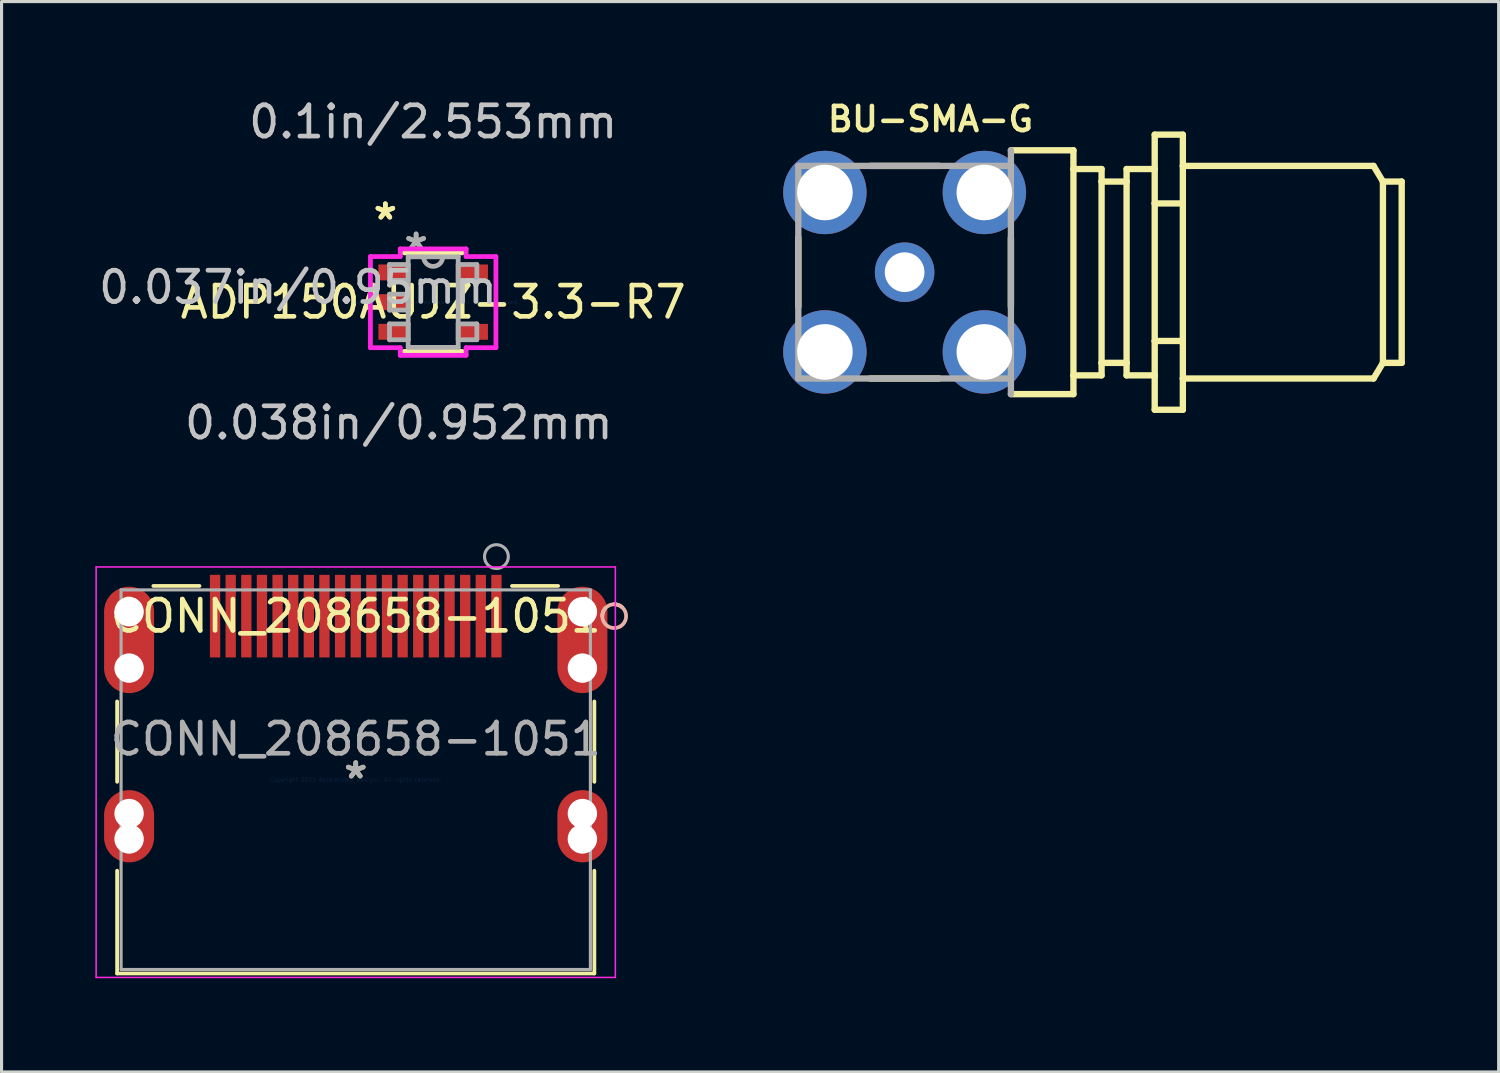
<source format=kicad_pcb>
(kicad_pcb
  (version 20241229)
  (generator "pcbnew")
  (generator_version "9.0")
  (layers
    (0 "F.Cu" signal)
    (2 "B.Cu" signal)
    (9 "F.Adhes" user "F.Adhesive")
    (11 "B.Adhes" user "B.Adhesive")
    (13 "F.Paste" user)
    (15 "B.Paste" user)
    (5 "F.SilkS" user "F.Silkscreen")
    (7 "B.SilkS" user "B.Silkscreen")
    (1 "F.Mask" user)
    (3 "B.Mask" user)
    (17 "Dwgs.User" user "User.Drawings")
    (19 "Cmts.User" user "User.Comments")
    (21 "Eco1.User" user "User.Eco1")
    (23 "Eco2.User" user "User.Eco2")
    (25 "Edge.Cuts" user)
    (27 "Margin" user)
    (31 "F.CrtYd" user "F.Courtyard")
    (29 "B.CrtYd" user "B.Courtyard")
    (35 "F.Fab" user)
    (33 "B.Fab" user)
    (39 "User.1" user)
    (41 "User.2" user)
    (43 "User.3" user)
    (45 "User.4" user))
  (footprint "ADP150AUJZ-3.3-R7"
    (layer "F.Cu")
    (at 10.806 6.614)
    (property "Reference" "ADP150AUJZ-3.3-R7" (at 0 0 0) (layer "F.SilkS") (effects (font (size 1 1) (thickness 0.15))))
    (attr through_hole)
    (fp_line (start -0.927 1.575) (end 0.927 1.575) (stroke (width 0.152) (type solid)) (layer "F.SilkS"))
    (fp_line (start 0.927 -1.575) (end -0.927 -1.575) (stroke (width 0.152) (type solid)) (layer "F.SilkS"))
    (fp_line (start 0.927 0.363) (end 0.927 -0.363) (stroke (width 0.152) (type solid)) (layer "F.SilkS"))
    (fp_line (start -2.007 -1.458) (end -1.054 -1.458) (stroke (width 0.152) (type solid)) (layer "F.CrtYd"))
    (fp_line (start -2.007 1.458) (end -2.007 -1.458) (stroke (width 0.152) (type solid)) (layer "F.CrtYd"))
    (fp_line (start -1.054 -1.702) (end 1.054 -1.702) (stroke (width 0.152) (type solid)) (layer "F.CrtYd"))
    (fp_line (start -1.054 -1.458) (end -1.054 -1.702) (stroke (width 0.152) (type solid)) (layer "F.CrtYd"))
    (fp_line (start -1.054 1.458) (end -2.007 1.458) (stroke (width 0.152) (type solid)) (layer "F.CrtYd"))
    (fp_line (start -1.054 1.702) (end -1.054 1.458) (stroke (width 0.152) (type solid)) (layer "F.CrtYd"))
    (fp_line (start 1.054 -1.702) (end 1.054 -1.458) (stroke (width 0.152) (type solid)) (layer "F.CrtYd"))
    (fp_line (start 1.054 -1.458) (end 2.007 -1.458) (stroke (width 0.152) (type solid)) (layer "F.CrtYd"))
    (fp_line (start 1.054 1.458) (end 1.054 1.702) (stroke (width 0.152) (type solid)) (layer "F.CrtYd"))
    (fp_line (start 1.054 1.702) (end -1.054 1.702) (stroke (width 0.152) (type solid)) (layer "F.CrtYd"))
    (fp_line (start 2.007 -1.458) (end 2.007 1.458) (stroke (width 0.152) (type solid)) (layer "F.CrtYd"))
    (fp_line (start 2.007 1.458) (end 1.054 1.458) (stroke (width 0.152) (type solid)) (layer "F.CrtYd"))
    (fp_line (start -1.397 -1.204) (end -1.397 -0.696) (stroke (width 0.152) (type solid)) (layer "F.Fab"))
    (fp_line (start -1.397 -0.696) (end -0.8 -0.696) (stroke (width 0.152) (type solid)) (layer "F.Fab"))
    (fp_line (start -1.397 -0.254) (end -1.397 0.254) (stroke (width 0.152) (type solid)) (layer "F.Fab"))
    (fp_line (start -1.397 0.254) (end -0.8 0.254) (stroke (width 0.152) (type solid)) (layer "F.Fab"))
    (fp_line (start -1.397 0.696) (end -1.397 1.204) (stroke (width 0.152) (type solid)) (layer "F.Fab"))
    (fp_line (start -1.397 1.204) (end -0.8 1.204) (stroke (width 0.152) (type solid)) (layer "F.Fab"))
    (fp_line (start -0.8 -1.448) (end -0.8 1.448) (stroke (width 0.152) (type solid)) (layer "F.Fab"))
    (fp_line (start -0.8 -1.204) (end -1.397 -1.204) (stroke (width 0.152) (type solid)) (layer "F.Fab"))
    (fp_line (start -0.8 -0.696) (end -0.8 -1.204) (stroke (width 0.152) (type solid)) (layer "F.Fab"))
    (fp_line (start -0.8 -0.254) (end -1.397 -0.254) (stroke (width 0.152) (type solid)) (layer "F.Fab"))
    (fp_line (start -0.8 0.254) (end -0.8 -0.254) (stroke (width 0.152) (type solid)) (layer "F.Fab"))
    (fp_line (start -0.8 0.696) (end -1.397 0.696) (stroke (width 0.152) (type solid)) (layer "F.Fab"))
    (fp_line (start -0.8 1.204) (end -0.8 0.696) (stroke (width 0.152) (type solid)) (layer "F.Fab"))
    (fp_line (start -0.8 1.448) (end 0.8 1.448) (stroke (width 0.152) (type solid)) (layer "F.Fab"))
    (fp_line (start 0.8 -1.448) (end -0.8 -1.448) (stroke (width 0.152) (type solid)) (layer "F.Fab"))
    (fp_line (start 0.8 -1.204) (end 0.8 -0.696) (stroke (width 0.152) (type solid)) (layer "F.Fab"))
    (fp_line (start 0.8 -0.696) (end 1.397 -0.696) (stroke (width 0.152) (type solid)) (layer "F.Fab"))
    (fp_line (start 0.8 0.696) (end 0.8 1.204) (stroke (width 0.152) (type solid)) (layer "F.Fab"))
    (fp_line (start 0.8 1.204) (end 1.397 1.204) (stroke (width 0.152) (type solid)) (layer "F.Fab"))
    (fp_line (start 0.8 1.448) (end 0.8 -1.448) (stroke (width 0.152) (type solid)) (layer "F.Fab"))
    (fp_line (start 1.397 -1.204) (end 0.8 -1.204) (stroke (width 0.152) (type solid)) (layer "F.Fab"))
    (fp_line (start 1.397 -0.696) (end 1.397 -1.204) (stroke (width 0.152) (type solid)) (layer "F.Fab"))
    (fp_line (start 1.397 0.696) (end 0.8 0.696) (stroke (width 0.152) (type solid)) (layer "F.Fab"))
    (fp_line (start 1.397 1.204) (end 1.397 0.696) (stroke (width 0.152) (type solid)) (layer "F.Fab"))
    (fp_arc (start 0.3048 -1.4478) (mid 0 -1.143) (end -0.3048 -1.4478) (stroke (width 0.1524) (type solid)) (layer "F.Fab"))
    (fp_text user "*" (at -1.53 -2.601 0) (layer "F.SilkS") (effects (font (size 1 1) (thickness 0.15))))
    (fp_text user "*" (at -1.53 -2.601 0) (layer "F.SilkS") (effects (font (size 1 1) (thickness 0.15))))
    (fp_text user "0.1in/2.553mm" (at 0 -5.766 0) (layer "Dwgs.User") (effects (font (size 1 1) (thickness 0.15))))
    (fp_text user "0.037in/0.95mm" (at -4.324 -0.475 0) (layer "Dwgs.User") (effects (font (size 1 1) (thickness 0.15))))
    (fp_text user "0.038in/0.952mm" (at -1.099 3.861 0) (layer "Dwgs.User") (effects (font (size 1 1) (thickness 0.15))))
    (fp_text user "Copyright 2016 Accelerated Designs. All rights reserved." (at 0 0 0) (layer "Cmts.User") (effects (font (size 0.127 0.127) (thickness 0.002))))
    (fp_text user "*" (at -0.546 -1.636 0) (layer "F.Fab") (effects (font (size 1 1) (thickness 0.15))))
    (fp_text user "*" (at -0.546 -1.636 0) (layer "F.Fab") (effects (font (size 1 1) (thickness 0.15))))
    (pad "1" smd rect (at -1.276 -0.95) (size 0.953 0.508) (layers "F.Cu" "F.Mask" "F.Paste"))
    (pad "2" smd rect (at -1.276 0) (size 0.953 0.508) (layers "F.Cu" "F.Mask" "F.Paste"))
    (pad "3" smd rect (at -1.276 0.95) (size 0.953 0.508) (layers "F.Cu" "F.Mask" "F.Paste"))
    (pad "4" smd rect (at 1.276 0.95) (size 0.953 0.508) (layers "F.Cu" "F.Mask" "F.Paste"))
    (pad "5" smd rect (at 1.276 -0.95) (size 0.953 0.508) (layers "F.Cu" "F.Mask" "F.Paste")))
  (footprint "BU-SMA-G"
    (layer "F.Cu")
    (at 25.886 5.657)
    (property "Reference" "BU-SMA-G" (at -2.54 -4.445 180) (layer "F.SilkS") (effects (font (size 0.772 0.772) (thickness 0.147)) (justify left bottom)))
    (attr through_hole)
    (fp_line (start -3.4 1.1) (end -3.4 -1.1) (stroke (width 0.203) (type solid)) (layer "F.SilkS"))
    (fp_line (start -1.1 -3.4) (end 1.1 -3.4) (stroke (width 0.203) (type solid)) (layer "F.SilkS"))
    (fp_line (start 1.1 3.4) (end -1.1 3.4) (stroke (width 0.203) (type solid)) (layer "F.SilkS"))
    (fp_line (start 3.4 -3.9) (end 5.4 -3.9) (stroke (width 0.203) (type solid)) (layer "F.SilkS"))
    (fp_line (start 3.4 -1.1) (end 3.4 1.1) (stroke (width 0.203) (type solid)) (layer "F.SilkS"))
    (fp_line (start 3.4 3.9) (end 5.4 3.9) (stroke (width 0.203) (type solid)) (layer "F.SilkS"))
    (fp_line (start 5.4 -3.3) (end 5.4 -3.9) (stroke (width 0.203) (type solid)) (layer "F.SilkS"))
    (fp_line (start 5.4 -3.3) (end 6.3 -3.3) (stroke (width 0.203) (type solid)) (layer "F.SilkS"))
    (fp_line (start 5.4 3.3) (end 5.4 -3.3) (stroke (width 0.203) (type solid)) (layer "F.SilkS"))
    (fp_line (start 5.4 3.3) (end 6.3 3.3) (stroke (width 0.203) (type solid)) (layer "F.SilkS"))
    (fp_line (start 5.4 3.9) (end 5.4 3.3) (stroke (width 0.203) (type solid)) (layer "F.SilkS"))
    (fp_line (start 6.3 -3.3) (end 6.3 -2.9) (stroke (width 0.203) (type solid)) (layer "F.SilkS"))
    (fp_line (start 6.3 -2.9) (end 6.3 2.9) (stroke (width 0.203) (type solid)) (layer "F.SilkS"))
    (fp_line (start 6.3 -2.9) (end 7.1 -2.9) (stroke (width 0.203) (type solid)) (layer "F.SilkS"))
    (fp_line (start 6.3 2.9) (end 7.1 2.9) (stroke (width 0.203) (type solid)) (layer "F.SilkS"))
    (fp_line (start 6.3 3.3) (end 6.3 2.9) (stroke (width 0.203) (type solid)) (layer "F.SilkS"))
    (fp_line (start 7.1 -3.3) (end 8 -3.3) (stroke (width 0.203) (type solid)) (layer "F.SilkS"))
    (fp_line (start 7.1 -2.9) (end 7.1 -3.3) (stroke (width 0.203) (type solid)) (layer "F.SilkS"))
    (fp_line (start 7.1 -2.9) (end 7.1 2.9) (stroke (width 0.203) (type solid)) (layer "F.SilkS"))
    (fp_line (start 7.1 2.9) (end 7.1 3.3) (stroke (width 0.203) (type solid)) (layer "F.SilkS"))
    (fp_line (start 7.1 3.3) (end 8 3.3) (stroke (width 0.203) (type solid)) (layer "F.SilkS"))
    (fp_line (start 8 -4.4) (end 8.9 -4.4) (stroke (width 0.203) (type solid)) (layer "F.SilkS"))
    (fp_line (start 8 -3.3) (end 8 -4.4) (stroke (width 0.203) (type solid)) (layer "F.SilkS"))
    (fp_line (start 8 -2.2) (end 8 -3.3) (stroke (width 0.203) (type solid)) (layer "F.SilkS"))
    (fp_line (start 8 -2.2) (end 8.9 -2.2) (stroke (width 0.203) (type solid)) (layer "F.SilkS"))
    (fp_line (start 8 2.2) (end 8 -2.2) (stroke (width 0.203) (type solid)) (layer "F.SilkS"))
    (fp_line (start 8 2.2) (end 8 3.3) (stroke (width 0.203) (type solid)) (layer "F.SilkS"))
    (fp_line (start 8 2.2) (end 8.9 2.2) (stroke (width 0.203) (type solid)) (layer "F.SilkS"))
    (fp_line (start 8 3.3) (end 8 4.4) (stroke (width 0.203) (type solid)) (layer "F.SilkS"))
    (fp_line (start 8.9 -3.4) (end 8.9 -4.4) (stroke (width 0.203) (type solid)) (layer "F.SilkS"))
    (fp_line (start 8.9 -3.4) (end 15 -3.4) (stroke (width 0.203) (type solid)) (layer "F.SilkS"))
    (fp_line (start 8.9 -2.2) (end 8.9 -3.4) (stroke (width 0.203) (type solid)) (layer "F.SilkS"))
    (fp_line (start 8.9 -2.2) (end 8.9 2.2) (stroke (width 0.203) (type solid)) (layer "F.SilkS"))
    (fp_line (start 8.9 3.4) (end 8.9 2.2) (stroke (width 0.203) (type solid)) (layer "F.SilkS"))
    (fp_line (start 8.9 3.4) (end 15 3.4) (stroke (width 0.203) (type solid)) (layer "F.SilkS"))
    (fp_line (start 8.9 4.4) (end 8 4.4) (stroke (width 0.203) (type solid)) (layer "F.SilkS"))
    (fp_line (start 8.9 4.4) (end 8.9 3.4) (stroke (width 0.203) (type solid)) (layer "F.SilkS"))
    (fp_line (start 15 -3.4) (end 15.3 -2.9) (stroke (width 0.203) (type solid)) (layer "F.SilkS"))
    (fp_line (start 15 3.4) (end 15.3 2.9) (stroke (width 0.203) (type solid)) (layer "F.SilkS"))
    (fp_line (start 15.3 -2.9) (end 15.9 -2.9) (stroke (width 0.203) (type solid)) (layer "F.SilkS"))
    (fp_line (start 15.3 2.9) (end 15.3 -2.9) (stroke (width 0.203) (type solid)) (layer "F.SilkS"))
    (fp_line (start 15.3 2.9) (end 15.9 2.9) (stroke (width 0.203) (type solid)) (layer "F.SilkS"))
    (fp_line (start 15.9 2.9) (end 15.9 -2.9) (stroke (width 0.203) (type solid)) (layer "F.SilkS"))
    (fp_line (start -3.4 -3.4) (end 3.4 -3.4) (stroke (width 0.203) (type solid)) (layer "F.Fab"))
    (fp_line (start -3.4 3.4) (end -3.4 -3.4) (stroke (width 0.203) (type solid)) (layer "F.Fab"))
    (fp_line (start 3.4 -3.9) (end 3.4 -3.4) (stroke (width 0.203) (type solid)) (layer "F.Fab"))
    (fp_line (start 3.4 -3.4) (end 3.4 3.4) (stroke (width 0.203) (type solid)) (layer "F.Fab"))
    (fp_line (start 3.4 3.4) (end -3.4 3.4) (stroke (width 0.203) (type solid)) (layer "F.Fab"))
    (fp_line (start 3.4 3.4) (end 3.4 3.9) (stroke (width 0.203) (type solid)) (layer "F.Fab"))
    (pad "1" thru_hole circle (at 0 0) (size 1.905 1.905) (drill 1.27) (layers "*.Cu" "*.Mask"))
    (pad "2" thru_hole circle (at -2.55 -2.55) (size 2.667 2.667) (drill 1.778) (layers "*.Cu" "*.Mask"))
    (pad "3" thru_hole circle (at 2.55 -2.55) (size 2.667 2.667) (drill 1.778) (layers "*.Cu" "*.Mask"))
    (pad "4" thru_hole circle (at 2.55 2.55) (size 2.667 2.667) (drill 1.778) (layers "*.Cu" "*.Mask"))
    (pad "5" thru_hole circle (at -2.55 2.55) (size 2.667 2.667) (drill 1.778) (layers "*.Cu" "*.Mask")))
  (footprint "CONN_208658-1051"
    (layer "F.Cu")
    (at 8.329 21.89)
    (property "Reference" "CONN_208658-1051" (at 0 -5.231 0) (layer "F.SilkS") (effects (font (size 1 1) (thickness 0.15))))
    (attr smd)
    (fp_line (start -7.633 -2.503) (end -7.633 0.068) (stroke (width 0.12) (type solid)) (layer "F.SilkS"))
    (fp_line (start -7.633 2.911) (end -7.633 6.198) (stroke (width 0.12) (type solid)) (layer "F.SilkS"))
    (fp_line (start -7.633 6.198) (end 7.633 6.198) (stroke (width 0.12) (type solid)) (layer "F.SilkS"))
    (fp_line (start -4.998 -6.198) (end -6.474 -6.198) (stroke (width 0.12) (type solid)) (layer "F.SilkS"))
    (fp_line (start 6.474 -6.198) (end 4.998 -6.198) (stroke (width 0.12) (type solid)) (layer "F.SilkS"))
    (fp_line (start 7.633 0.068) (end 7.633 -2.503) (stroke (width 0.12) (type solid)) (layer "F.SilkS"))
    (fp_line (start 7.633 6.198) (end 7.633 2.911) (stroke (width 0.12) (type solid)) (layer "F.SilkS"))
    (fp_arc (start 7.8867 -5.230599) (mid 7.910558 -5.363304) (end 7.979144 -5.479389) (stroke (width 0.12) (type solid)) (layer "F.SilkS"))
    (fp_arc (start 8.2677 -5.611599) (mid 8.397221 -5.588908) (end 8.511315 -5.523537) (stroke (width 0.12) (type solid)) (layer "F.SilkS"))
    (fp_circle (center 8.268 -5.231) (end 8.649 -5.231) (stroke (width 0.12) (type solid)) (fill no) (layer "B.SilkS"))
    (fp_line (start -8.304 -6.805) (end -8.304 6.325) (stroke (width 0.05) (type solid)) (layer "F.CrtYd"))
    (fp_line (start -8.304 6.325) (end 8.304 6.325) (stroke (width 0.05) (type solid)) (layer "F.CrtYd"))
    (fp_line (start 8.304 -6.805) (end -8.304 -6.805) (stroke (width 0.05) (type solid)) (layer "F.CrtYd"))
    (fp_line (start 8.304 6.325) (end 8.304 -6.805) (stroke (width 0.05) (type solid)) (layer "F.CrtYd"))
    (fp_line (start -7.506 -6.071) (end -7.506 6.071) (stroke (width 0.1) (type solid)) (layer "F.Fab"))
    (fp_line (start -7.506 6.071) (end 7.506 6.071) (stroke (width 0.1) (type solid)) (layer "F.Fab"))
    (fp_line (start 7.506 -6.071) (end -7.506 -6.071) (stroke (width 0.1) (type solid)) (layer "F.Fab"))
    (fp_line (start 7.506 6.071) (end 7.506 -6.071) (stroke (width 0.1) (type solid)) (layer "F.Fab"))
    (fp_circle (center 4.5 -7.136) (end 4.881 -7.136) (stroke (width 0.1) (type solid)) (fill no) (layer "F.Fab"))
    (fp_text user "*" (at 0 0 0) (layer "F.SilkS") (effects (font (size 1 1) (thickness 0.15))))
    (fp_text user "Copyright 2021 Accelerated Designs. All rights reserved." (at 0 0 0) (layer "Cmts.User") (effects (font (size 0.127 0.127) (thickness 0.002))))
    (fp_text user "${REFERENCE}" (at 0 -1.3 0) (layer "F.Fab") (effects (font (size 1 1) (thickness 0.15))))
    (fp_text user "*" (at 0 0 0) (layer "F.Fab") (effects (font (size 1 1) (thickness 0.15))))
    (pad "" np_thru_hole circle (at -7.25 -5.372) (size 0.94 0.94) (drill 0.94) (layers "*.Cu" "*.Mask"))
    (pad "" np_thru_hole circle (at -7.25 -3.569) (size 0.94 0.94) (drill 0.94) (layers "*.Cu" "*.Mask"))
    (pad "" np_thru_hole circle (at -7.25 1.083) (size 0.94 0.94) (drill 0.94) (layers "*.Cu" "*.Mask"))
    (pad "" np_thru_hole circle (at -7.25 1.896) (size 0.94 0.94) (drill 0.94) (layers "*.Cu" "*.Mask"))
    (pad "" np_thru_hole circle (at 7.25 -5.372) (size 0.94 0.94) (drill 0.94) (layers "*.Cu" "*.Mask"))
    (pad "" np_thru_hole circle (at 7.25 -3.569) (size 0.94 0.94) (drill 0.94) (layers "*.Cu" "*.Mask"))
    (pad "" np_thru_hole circle (at 7.25 1.083) (size 0.94 0.94) (drill 0.94) (layers "*.Cu" "*.Mask"))
    (pad "" np_thru_hole circle (at 7.25 1.896) (size 0.94 0.94) (drill 0.94) (layers "*.Cu" "*.Mask"))
    (pad "1" smd rect (at 4.5 -5.231) (size 0.33 2.642) (layers "F.Cu" "F.Mask" "F.Paste"))
    (pad "2" smd rect (at 4 -5.231) (size 0.33 2.642) (layers "F.Cu" "F.Mask" "F.Paste"))
    (pad "3" smd rect (at 3.5 -5.231) (size 0.33 2.642) (layers "F.Cu" "F.Mask" "F.Paste"))
    (pad "4" smd rect (at 3 -5.231) (size 0.33 2.642) (layers "F.Cu" "F.Mask" "F.Paste"))
    (pad "5" smd rect (at 2.5 -5.231) (size 0.33 2.642) (layers "F.Cu" "F.Mask" "F.Paste"))
    (pad "6" smd rect (at 2 -5.231) (size 0.33 2.642) (layers "F.Cu" "F.Mask" "F.Paste"))
    (pad "7" smd rect (at 1.5 -5.231) (size 0.33 2.642) (layers "F.Cu" "F.Mask" "F.Paste"))
    (pad "8" smd rect (at 1 -5.231) (size 0.33 2.642) (layers "F.Cu" "F.Mask" "F.Paste"))
    (pad "9" smd rect (at 0.5 -5.231) (size 0.33 2.642) (layers "F.Cu" "F.Mask" "F.Paste"))
    (pad "10" smd rect (at 0 -5.231) (size 0.33 2.642) (layers "F.Cu" "F.Mask" "F.Paste"))
    (pad "11" smd rect (at -0.5 -5.231) (size 0.33 2.642) (layers "F.Cu" "F.Mask" "F.Paste"))
    (pad "12" smd rect (at -1 -5.231) (size 0.33 2.642) (layers "F.Cu" "F.Mask" "F.Paste"))
    (pad "13" smd rect (at -1.5 -5.231) (size 0.33 2.642) (layers "F.Cu" "F.Mask" "F.Paste"))
    (pad "14" smd rect (at -2 -5.231) (size 0.33 2.642) (layers "F.Cu" "F.Mask" "F.Paste"))
    (pad "15" smd rect (at -2.5 -5.231) (size 0.33 2.642) (layers "F.Cu" "F.Mask" "F.Paste"))
    (pad "16" smd rect (at -3 -5.231) (size 0.33 2.642) (layers "F.Cu" "F.Mask" "F.Paste"))
    (pad "17" smd rect (at -3.5 -5.231) (size 0.33 2.642) (layers "F.Cu" "F.Mask" "F.Paste"))
    (pad "18" smd rect (at -4 -5.231) (size 0.33 2.642) (layers "F.Cu" "F.Mask" "F.Paste"))
    (pad "19" smd rect (at -4.5 -5.231) (size 0.33 2.642) (layers "F.Cu" "F.Mask" "F.Paste"))
    (pad "SH" smd oval (at -7.25 -4.471) (size 1.6 3.404) (layers "F.Cu" "F.Mask" "F.Paste"))
    (pad "SH" smd oval (at -7.25 1.489) (size 1.6 2.311) (layers "F.Cu" "F.Mask" "F.Paste"))
    (pad "SH" smd oval (at 7.25 -4.471) (size 1.6 3.404) (layers "F.Cu" "F.Mask" "F.Paste"))
    (pad "SH" smd oval (at 7.25 1.489) (size 1.6 2.311) (layers "F.Cu" "F.Mask" "F.Paste")))
  (gr_rect
    (start -3 -3)
    (end 44.888 31.239)
    (stroke (width 0.1) (type default))
    (fill no)
    (layer "Edge.Cuts")))
</source>
